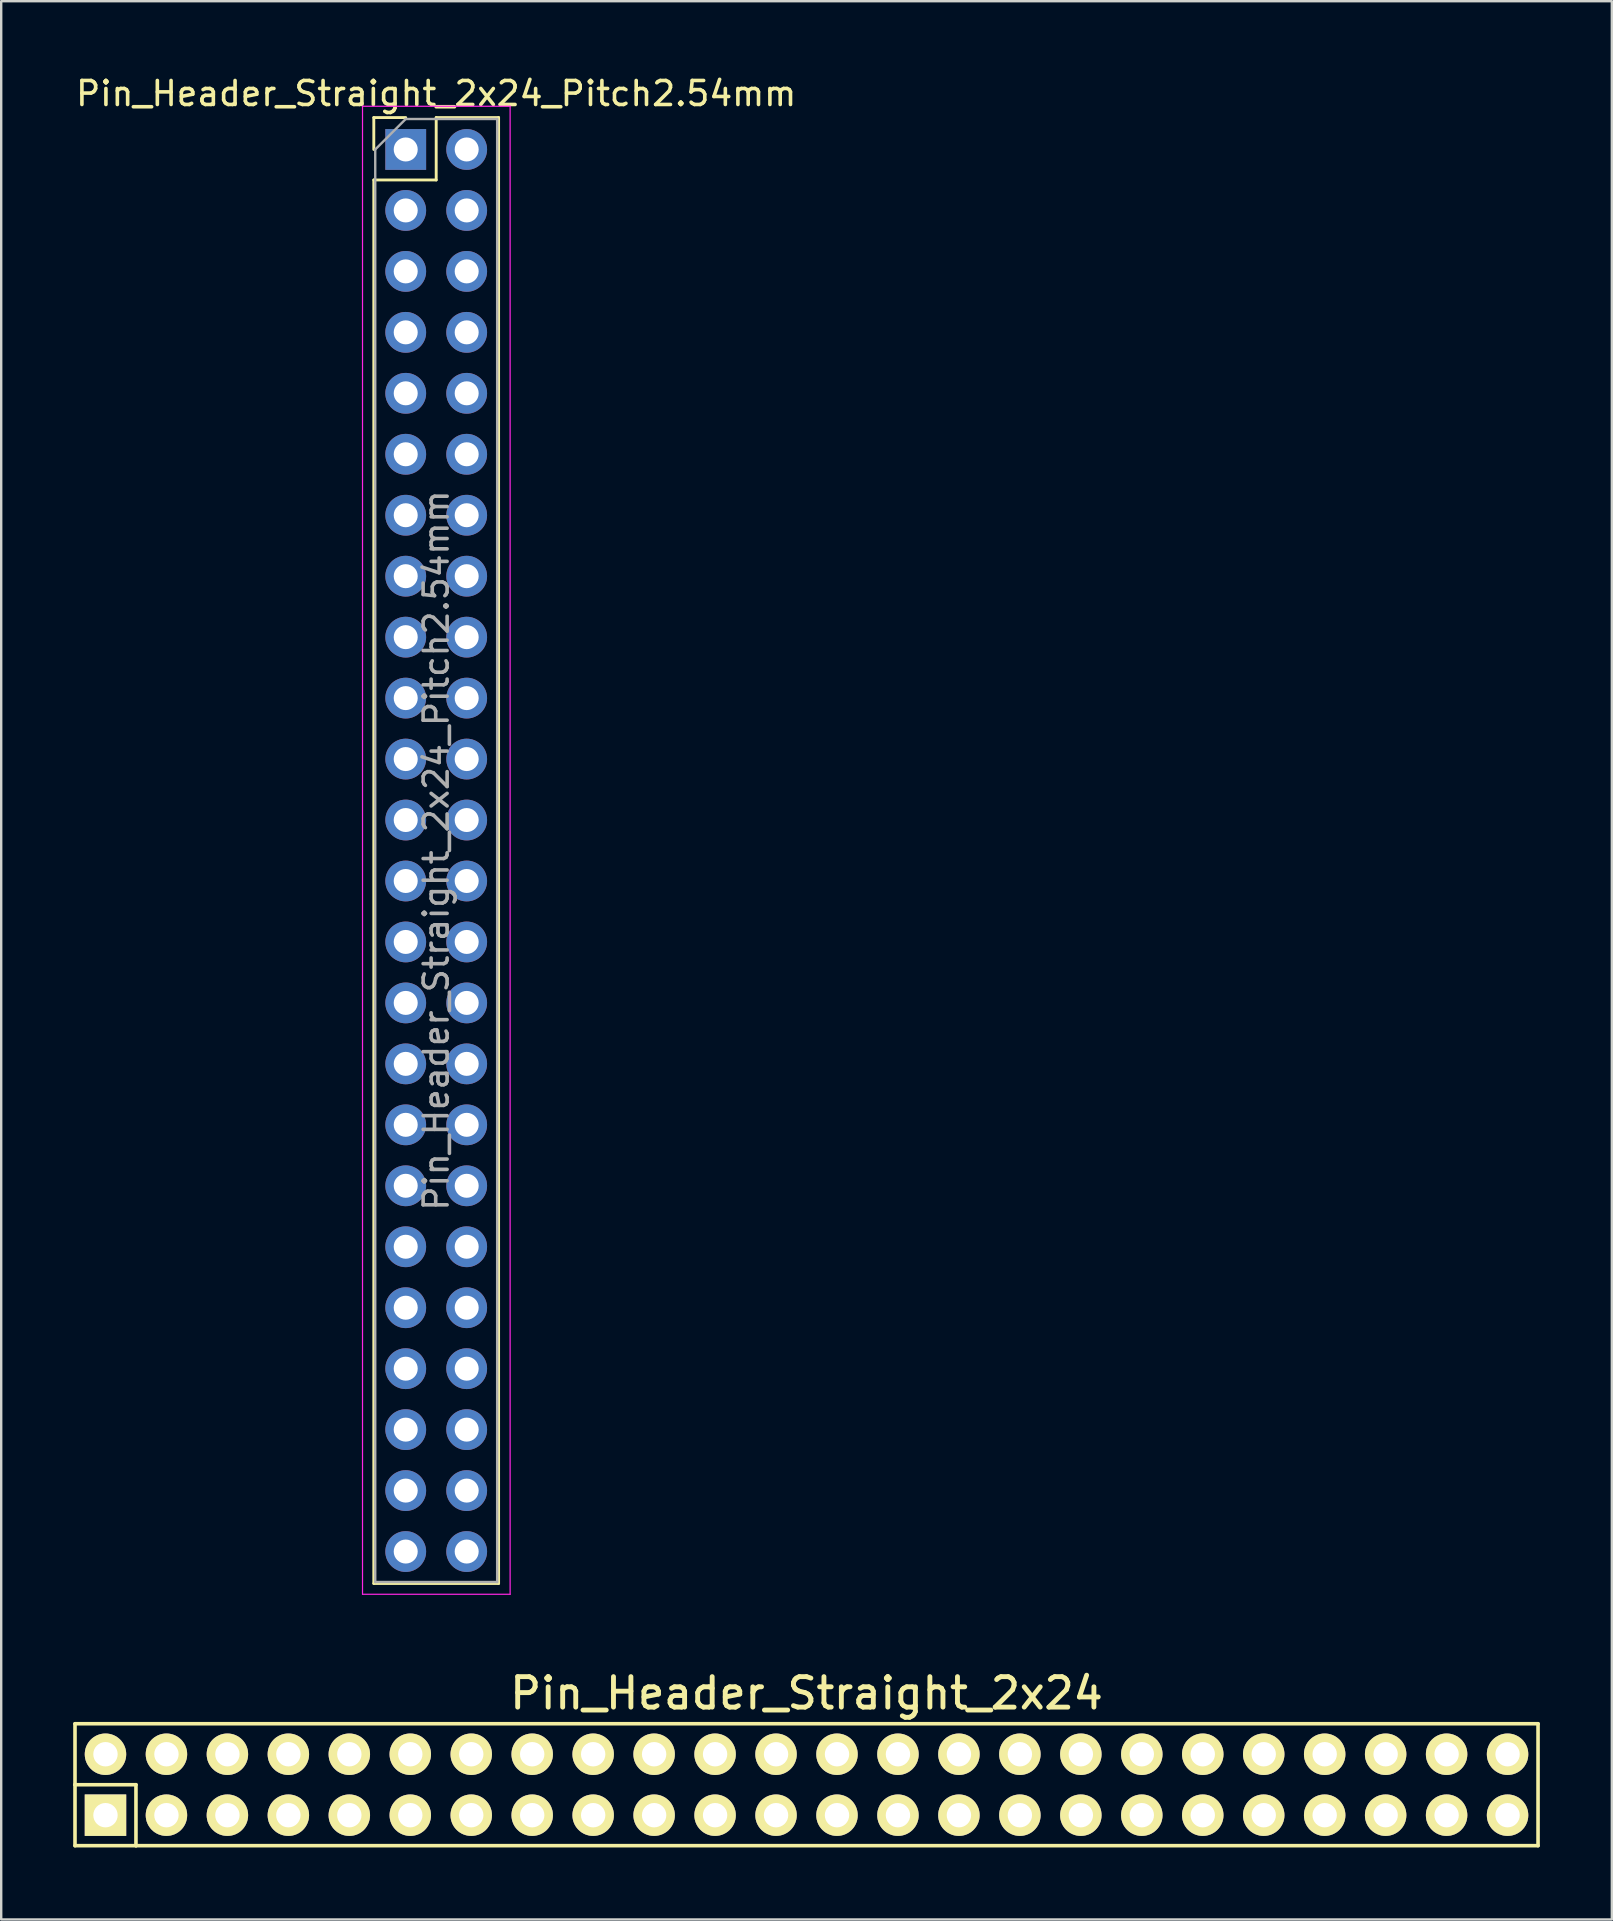
<source format=kicad_pcb>
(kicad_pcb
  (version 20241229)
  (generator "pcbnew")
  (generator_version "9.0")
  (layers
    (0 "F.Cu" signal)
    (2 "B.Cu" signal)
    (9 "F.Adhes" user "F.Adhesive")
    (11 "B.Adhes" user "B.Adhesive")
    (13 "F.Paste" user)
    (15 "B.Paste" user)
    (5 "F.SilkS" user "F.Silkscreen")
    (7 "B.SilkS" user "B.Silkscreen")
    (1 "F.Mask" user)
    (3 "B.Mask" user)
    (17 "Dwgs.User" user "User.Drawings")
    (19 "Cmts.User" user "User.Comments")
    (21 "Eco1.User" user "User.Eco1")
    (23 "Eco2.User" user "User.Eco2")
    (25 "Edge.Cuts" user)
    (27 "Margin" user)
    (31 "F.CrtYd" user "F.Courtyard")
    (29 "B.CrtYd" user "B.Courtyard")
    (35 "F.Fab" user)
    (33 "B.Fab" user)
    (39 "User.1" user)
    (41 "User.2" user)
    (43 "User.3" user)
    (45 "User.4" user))
  (footprint "Pin_Header_Straight_2x24_Pitch2.54mm"
    (layer "F.Cu")
    (at 13.855 3.178)
    (property "Reference" "Pin_Header_Straight_2x24_Pitch2.54mm" (at 1.27 -2.33 0) (layer "F.SilkS") (effects (font (size 1 1) (thickness 0.15))))
    (attr through_hole)
    (fp_line (start -1.33 -1.33) (end 0 -1.33) (stroke (width 0.12) (type solid)) (layer "F.SilkS"))
    (fp_line (start -1.33 0) (end -1.33 -1.33) (stroke (width 0.12) (type solid)) (layer "F.SilkS"))
    (fp_line (start -1.33 1.27) (end -1.33 59.75) (stroke (width 0.12) (type solid)) (layer "F.SilkS"))
    (fp_line (start -1.33 59.75) (end 3.87 59.75) (stroke (width 0.12) (type solid)) (layer "F.SilkS"))
    (fp_line (start 1.27 -1.33) (end 1.27 1.27) (stroke (width 0.12) (type solid)) (layer "F.SilkS"))
    (fp_line (start 1.27 1.27) (end -1.33 1.27) (stroke (width 0.12) (type solid)) (layer "F.SilkS"))
    (fp_line (start 3.87 -1.33) (end 1.27 -1.33) (stroke (width 0.12) (type solid)) (layer "F.SilkS"))
    (fp_line (start 3.87 59.75) (end 3.87 -1.33) (stroke (width 0.12) (type solid)) (layer "F.SilkS"))
    (fp_line (start -1.8 -1.8) (end -1.8 60.2) (stroke (width 0.05) (type solid)) (layer "F.CrtYd"))
    (fp_line (start -1.8 60.2) (end 4.35 60.2) (stroke (width 0.05) (type solid)) (layer "F.CrtYd"))
    (fp_line (start 4.35 -1.8) (end -1.8 -1.8) (stroke (width 0.05) (type solid)) (layer "F.CrtYd"))
    (fp_line (start 4.35 60.2) (end 4.35 -1.8) (stroke (width 0.05) (type solid)) (layer "F.CrtYd"))
    (fp_line (start -1.27 0) (end 0 -1.27) (stroke (width 0.1) (type solid)) (layer "F.Fab"))
    (fp_line (start -1.27 59.69) (end -1.27 0) (stroke (width 0.1) (type solid)) (layer "F.Fab"))
    (fp_line (start 0 -1.27) (end 3.81 -1.27) (stroke (width 0.1) (type solid)) (layer "F.Fab"))
    (fp_line (start 3.81 -1.27) (end 3.81 59.69) (stroke (width 0.1) (type solid)) (layer "F.Fab"))
    (fp_line (start 3.81 59.69) (end -1.27 59.69) (stroke (width 0.1) (type solid)) (layer "F.Fab"))
    (fp_text user "${REFERENCE}" (at 1.27 29.21 90) (layer "F.Fab") (effects (font (size 1 1) (thickness 0.15))))
    (pad "1" thru_hole rect (at 0 0) (size 1.7 1.7) (drill 1) (layers "*.Cu" "*.Mask"))
    (pad "2" thru_hole oval (at 2.54 0) (size 1.7 1.7) (drill 1) (layers "*.Cu" "*.Mask"))
    (pad "3" thru_hole oval (at 0 2.54) (size 1.7 1.7) (drill 1) (layers "*.Cu" "*.Mask"))
    (pad "4" thru_hole oval (at 2.54 2.54) (size 1.7 1.7) (drill 1) (layers "*.Cu" "*.Mask"))
    (pad "5" thru_hole oval (at 0 5.08) (size 1.7 1.7) (drill 1) (layers "*.Cu" "*.Mask"))
    (pad "6" thru_hole oval (at 2.54 5.08) (size 1.7 1.7) (drill 1) (layers "*.Cu" "*.Mask"))
    (pad "7" thru_hole oval (at 0 7.62) (size 1.7 1.7) (drill 1) (layers "*.Cu" "*.Mask"))
    (pad "8" thru_hole oval (at 2.54 7.62) (size 1.7 1.7) (drill 1) (layers "*.Cu" "*.Mask"))
    (pad "9" thru_hole oval (at 0 10.16) (size 1.7 1.7) (drill 1) (layers "*.Cu" "*.Mask"))
    (pad "10" thru_hole oval (at 2.54 10.16) (size 1.7 1.7) (drill 1) (layers "*.Cu" "*.Mask"))
    (pad "11" thru_hole oval (at 0 12.7) (size 1.7 1.7) (drill 1) (layers "*.Cu" "*.Mask"))
    (pad "12" thru_hole oval (at 2.54 12.7) (size 1.7 1.7) (drill 1) (layers "*.Cu" "*.Mask"))
    (pad "13" thru_hole oval (at 0 15.24) (size 1.7 1.7) (drill 1) (layers "*.Cu" "*.Mask"))
    (pad "14" thru_hole oval (at 2.54 15.24) (size 1.7 1.7) (drill 1) (layers "*.Cu" "*.Mask"))
    (pad "15" thru_hole oval (at 0 17.78) (size 1.7 1.7) (drill 1) (layers "*.Cu" "*.Mask"))
    (pad "16" thru_hole oval (at 2.54 17.78) (size 1.7 1.7) (drill 1) (layers "*.Cu" "*.Mask"))
    (pad "17" thru_hole oval (at 0 20.32) (size 1.7 1.7) (drill 1) (layers "*.Cu" "*.Mask"))
    (pad "18" thru_hole oval (at 2.54 20.32) (size 1.7 1.7) (drill 1) (layers "*.Cu" "*.Mask"))
    (pad "19" thru_hole oval (at 0 22.86) (size 1.7 1.7) (drill 1) (layers "*.Cu" "*.Mask"))
    (pad "20" thru_hole oval (at 2.54 22.86) (size 1.7 1.7) (drill 1) (layers "*.Cu" "*.Mask"))
    (pad "21" thru_hole oval (at 0 25.4) (size 1.7 1.7) (drill 1) (layers "*.Cu" "*.Mask"))
    (pad "22" thru_hole oval (at 2.54 25.4) (size 1.7 1.7) (drill 1) (layers "*.Cu" "*.Mask"))
    (pad "23" thru_hole oval (at 0 27.94) (size 1.7 1.7) (drill 1) (layers "*.Cu" "*.Mask"))
    (pad "24" thru_hole oval (at 2.54 27.94) (size 1.7 1.7) (drill 1) (layers "*.Cu" "*.Mask"))
    (pad "25" thru_hole oval (at 0 30.48) (size 1.7 1.7) (drill 1) (layers "*.Cu" "*.Mask"))
    (pad "26" thru_hole oval (at 2.54 30.48) (size 1.7 1.7) (drill 1) (layers "*.Cu" "*.Mask"))
    (pad "27" thru_hole oval (at 0 33.02) (size 1.7 1.7) (drill 1) (layers "*.Cu" "*.Mask"))
    (pad "28" thru_hole oval (at 2.54 33.02) (size 1.7 1.7) (drill 1) (layers "*.Cu" "*.Mask"))
    (pad "29" thru_hole oval (at 0 35.56) (size 1.7 1.7) (drill 1) (layers "*.Cu" "*.Mask"))
    (pad "30" thru_hole oval (at 2.54 35.56) (size 1.7 1.7) (drill 1) (layers "*.Cu" "*.Mask"))
    (pad "31" thru_hole oval (at 0 38.1) (size 1.7 1.7) (drill 1) (layers "*.Cu" "*.Mask"))
    (pad "32" thru_hole oval (at 2.54 38.1) (size 1.7 1.7) (drill 1) (layers "*.Cu" "*.Mask"))
    (pad "33" thru_hole oval (at 0 40.64) (size 1.7 1.7) (drill 1) (layers "*.Cu" "*.Mask"))
    (pad "34" thru_hole oval (at 2.54 40.64) (size 1.7 1.7) (drill 1) (layers "*.Cu" "*.Mask"))
    (pad "35" thru_hole oval (at 0 43.18) (size 1.7 1.7) (drill 1) (layers "*.Cu" "*.Mask"))
    (pad "36" thru_hole oval (at 2.54 43.18) (size 1.7 1.7) (drill 1) (layers "*.Cu" "*.Mask"))
    (pad "37" thru_hole oval (at 0 45.72) (size 1.7 1.7) (drill 1) (layers "*.Cu" "*.Mask"))
    (pad "38" thru_hole oval (at 2.54 45.72) (size 1.7 1.7) (drill 1) (layers "*.Cu" "*.Mask"))
    (pad "39" thru_hole oval (at 0 48.26) (size 1.7 1.7) (drill 1) (layers "*.Cu" "*.Mask"))
    (pad "40" thru_hole oval (at 2.54 48.26) (size 1.7 1.7) (drill 1) (layers "*.Cu" "*.Mask"))
    (pad "41" thru_hole oval (at 0 50.8) (size 1.7 1.7) (drill 1) (layers "*.Cu" "*.Mask"))
    (pad "42" thru_hole oval (at 2.54 50.8) (size 1.7 1.7) (drill 1) (layers "*.Cu" "*.Mask"))
    (pad "43" thru_hole oval (at 0 53.34) (size 1.7 1.7) (drill 1) (layers "*.Cu" "*.Mask"))
    (pad "44" thru_hole oval (at 2.54 53.34) (size 1.7 1.7) (drill 1) (layers "*.Cu" "*.Mask"))
    (pad "45" thru_hole oval (at 0 55.88) (size 1.7 1.7) (drill 1) (layers "*.Cu" "*.Mask"))
    (pad "46" thru_hole oval (at 2.54 55.88) (size 1.7 1.7) (drill 1) (layers "*.Cu" "*.Mask"))
    (pad "47" thru_hole oval (at 0 58.42) (size 1.7 1.7) (drill 1) (layers "*.Cu" "*.Mask"))
    (pad "48" thru_hole oval (at 2.54 58.42) (size 1.7 1.7) (drill 1) (layers "*.Cu" "*.Mask")))
  (footprint "Pin_Header_Straight_2x24"
    (layer "F.Cu")
    (at 30.555 71.313)
    (property "Reference" "Pin_Header_Straight_2x24" (at 0 -3.81 0) (layer "F.SilkS") (effects (font (size 1.27 1.27) (thickness 0.203))))
    (attr through_hole)
    (fp_line (start -30.48 -2.54) (end -30.48 0) (stroke (width 0.15) (type solid)) (layer "F.SilkS"))
    (fp_line (start -30.48 0) (end -27.94 0) (stroke (width 0.15) (type solid)) (layer "F.SilkS"))
    (fp_line (start -30.48 2.54) (end -30.48 0) (stroke (width 0.15) (type solid)) (layer "F.SilkS"))
    (fp_line (start -30.48 2.54) (end -27.94 2.54) (stroke (width 0.15) (type solid)) (layer "F.SilkS"))
    (fp_line (start -27.94 0) (end -27.94 2.54) (stroke (width 0.15) (type solid)) (layer "F.SilkS"))
    (fp_line (start -27.94 2.54) (end 30.48 2.54) (stroke (width 0.15) (type solid)) (layer "F.SilkS"))
    (fp_line (start 30.48 -2.54) (end -30.48 -2.54) (stroke (width 0.15) (type solid)) (layer "F.SilkS"))
    (fp_line (start 30.48 -2.54) (end 30.48 2.54) (stroke (width 0.15) (type solid)) (layer "F.SilkS"))
    (pad "1" thru_hole rect (at -29.21 1.27) (size 1.727 1.727) (drill 1.016) (layers "*.Cu" "*.Mask" "F.SilkS"))
    (pad "2" thru_hole oval (at -29.21 -1.27) (size 1.727 1.727) (drill 1.016) (layers "*.Cu" "*.Mask" "F.SilkS"))
    (pad "3" thru_hole oval (at -26.67 1.27) (size 1.727 1.727) (drill 1.016) (layers "*.Cu" "*.Mask" "F.SilkS"))
    (pad "4" thru_hole oval (at -26.67 -1.27) (size 1.727 1.727) (drill 1.016) (layers "*.Cu" "*.Mask" "F.SilkS"))
    (pad "5" thru_hole oval (at -24.13 1.27) (size 1.727 1.727) (drill 1.016) (layers "*.Cu" "*.Mask" "F.SilkS"))
    (pad "6" thru_hole oval (at -24.13 -1.27) (size 1.727 1.727) (drill 1.016) (layers "*.Cu" "*.Mask" "F.SilkS"))
    (pad "7" thru_hole oval (at -21.59 1.27) (size 1.727 1.727) (drill 1.016) (layers "*.Cu" "*.Mask" "F.SilkS"))
    (pad "8" thru_hole oval (at -21.59 -1.27) (size 1.727 1.727) (drill 1.016) (layers "*.Cu" "*.Mask" "F.SilkS"))
    (pad "9" thru_hole oval (at -19.05 1.27) (size 1.727 1.727) (drill 1.016) (layers "*.Cu" "*.Mask" "F.SilkS"))
    (pad "10" thru_hole oval (at -19.05 -1.27) (size 1.727 1.727) (drill 1.016) (layers "*.Cu" "*.Mask" "F.SilkS"))
    (pad "11" thru_hole oval (at -16.51 1.27) (size 1.727 1.727) (drill 1.016) (layers "*.Cu" "*.Mask" "F.SilkS"))
    (pad "12" thru_hole oval (at -16.51 -1.27) (size 1.727 1.727) (drill 1.016) (layers "*.Cu" "*.Mask" "F.SilkS"))
    (pad "13" thru_hole oval (at -13.97 1.27) (size 1.727 1.727) (drill 1.016) (layers "*.Cu" "*.Mask" "F.SilkS"))
    (pad "14" thru_hole oval (at -13.97 -1.27) (size 1.727 1.727) (drill 1.016) (layers "*.Cu" "*.Mask" "F.SilkS"))
    (pad "15" thru_hole oval (at -11.43 1.27) (size 1.727 1.727) (drill 1.016) (layers "*.Cu" "*.Mask" "F.SilkS"))
    (pad "16" thru_hole oval (at -11.43 -1.27) (size 1.727 1.727) (drill 1.016) (layers "*.Cu" "*.Mask" "F.SilkS"))
    (pad "17" thru_hole oval (at -8.89 1.27) (size 1.727 1.727) (drill 1.016) (layers "*.Cu" "*.Mask" "F.SilkS"))
    (pad "18" thru_hole oval (at -8.89 -1.27) (size 1.727 1.727) (drill 1.016) (layers "*.Cu" "*.Mask" "F.SilkS"))
    (pad "19" thru_hole oval (at -6.35 1.27) (size 1.727 1.727) (drill 1.016) (layers "*.Cu" "*.Mask" "F.SilkS"))
    (pad "20" thru_hole oval (at -6.35 -1.27) (size 1.727 1.727) (drill 1.016) (layers "*.Cu" "*.Mask" "F.SilkS"))
    (pad "21" thru_hole oval (at -3.81 1.27) (size 1.727 1.727) (drill 1.016) (layers "*.Cu" "*.Mask" "F.SilkS"))
    (pad "22" thru_hole oval (at -3.81 -1.27) (size 1.727 1.727) (drill 1.016) (layers "*.Cu" "*.Mask" "F.SilkS"))
    (pad "23" thru_hole oval (at -1.27 1.27) (size 1.727 1.727) (drill 1.016) (layers "*.Cu" "*.Mask" "F.SilkS"))
    (pad "24" thru_hole oval (at -1.27 -1.27) (size 1.727 1.727) (drill 1.016) (layers "*.Cu" "*.Mask" "F.SilkS"))
    (pad "25" thru_hole oval (at 1.27 1.27) (size 1.727 1.727) (drill 1.016) (layers "*.Cu" "*.Mask" "F.SilkS"))
    (pad "26" thru_hole oval (at 1.27 -1.27) (size 1.727 1.727) (drill 1.016) (layers "*.Cu" "*.Mask" "F.SilkS"))
    (pad "27" thru_hole oval (at 3.81 1.27) (size 1.727 1.727) (drill 1.016) (layers "*.Cu" "*.Mask" "F.SilkS"))
    (pad "28" thru_hole oval (at 3.81 -1.27) (size 1.727 1.727) (drill 1.016) (layers "*.Cu" "*.Mask" "F.SilkS"))
    (pad "29" thru_hole oval (at 6.35 1.27) (size 1.727 1.727) (drill 1.016) (layers "*.Cu" "*.Mask" "F.SilkS"))
    (pad "30" thru_hole oval (at 6.35 -1.27) (size 1.727 1.727) (drill 1.016) (layers "*.Cu" "*.Mask" "F.SilkS"))
    (pad "31" thru_hole oval (at 8.89 1.27) (size 1.727 1.727) (drill 1.016) (layers "*.Cu" "*.Mask" "F.SilkS"))
    (pad "32" thru_hole oval (at 8.89 -1.27) (size 1.727 1.727) (drill 1.016) (layers "*.Cu" "*.Mask" "F.SilkS"))
    (pad "33" thru_hole oval (at 11.43 1.27) (size 1.727 1.727) (drill 1.016) (layers "*.Cu" "*.Mask" "F.SilkS"))
    (pad "34" thru_hole oval (at 11.43 -1.27) (size 1.727 1.727) (drill 1.016) (layers "*.Cu" "*.Mask" "F.SilkS"))
    (pad "35" thru_hole oval (at 13.97 1.27) (size 1.727 1.727) (drill 1.016) (layers "*.Cu" "*.Mask" "F.SilkS"))
    (pad "36" thru_hole oval (at 13.97 -1.27) (size 1.727 1.727) (drill 1.016) (layers "*.Cu" "*.Mask" "F.SilkS"))
    (pad "37" thru_hole oval (at 16.51 1.27) (size 1.727 1.727) (drill 1.016) (layers "*.Cu" "*.Mask" "F.SilkS"))
    (pad "38" thru_hole oval (at 16.51 -1.27) (size 1.727 1.727) (drill 1.016) (layers "*.Cu" "*.Mask" "F.SilkS"))
    (pad "39" thru_hole oval (at 19.05 1.27) (size 1.727 1.727) (drill 1.016) (layers "*.Cu" "*.Mask" "F.SilkS"))
    (pad "40" thru_hole oval (at 19.05 -1.27) (size 1.727 1.727) (drill 1.016) (layers "*.Cu" "*.Mask" "F.SilkS"))
    (pad "41" thru_hole oval (at 21.59 1.27) (size 1.727 1.727) (drill 1.016) (layers "*.Cu" "*.Mask" "F.SilkS"))
    (pad "42" thru_hole oval (at 21.59 -1.27) (size 1.727 1.727) (drill 1.016) (layers "*.Cu" "*.Mask" "F.SilkS"))
    (pad "43" thru_hole oval (at 24.13 1.27) (size 1.727 1.727) (drill 1.016) (layers "*.Cu" "*.Mask" "F.SilkS"))
    (pad "44" thru_hole oval (at 24.13 -1.27) (size 1.727 1.727) (drill 1.016) (layers "*.Cu" "*.Mask" "F.SilkS"))
    (pad "45" thru_hole oval (at 26.67 1.27) (size 1.727 1.727) (drill 1.016) (layers "*.Cu" "*.Mask" "F.SilkS"))
    (pad "46" thru_hole oval (at 26.67 -1.27) (size 1.727 1.727) (drill 1.016) (layers "*.Cu" "*.Mask" "F.SilkS"))
    (pad "47" thru_hole oval (at 29.21 1.27) (size 1.727 1.727) (drill 1.016) (layers "*.Cu" "*.Mask" "F.SilkS"))
    (pad "48" thru_hole oval (at 29.21 -1.27) (size 1.727 1.727) (drill 1.016) (layers "*.Cu" "*.Mask" "F.SilkS")))
  (gr_rect
    (start -3 -3)
    (end 64.11 76.928)
    (stroke (width 0.1) (type default))
    (fill no)
    (layer "Edge.Cuts")))
</source>
